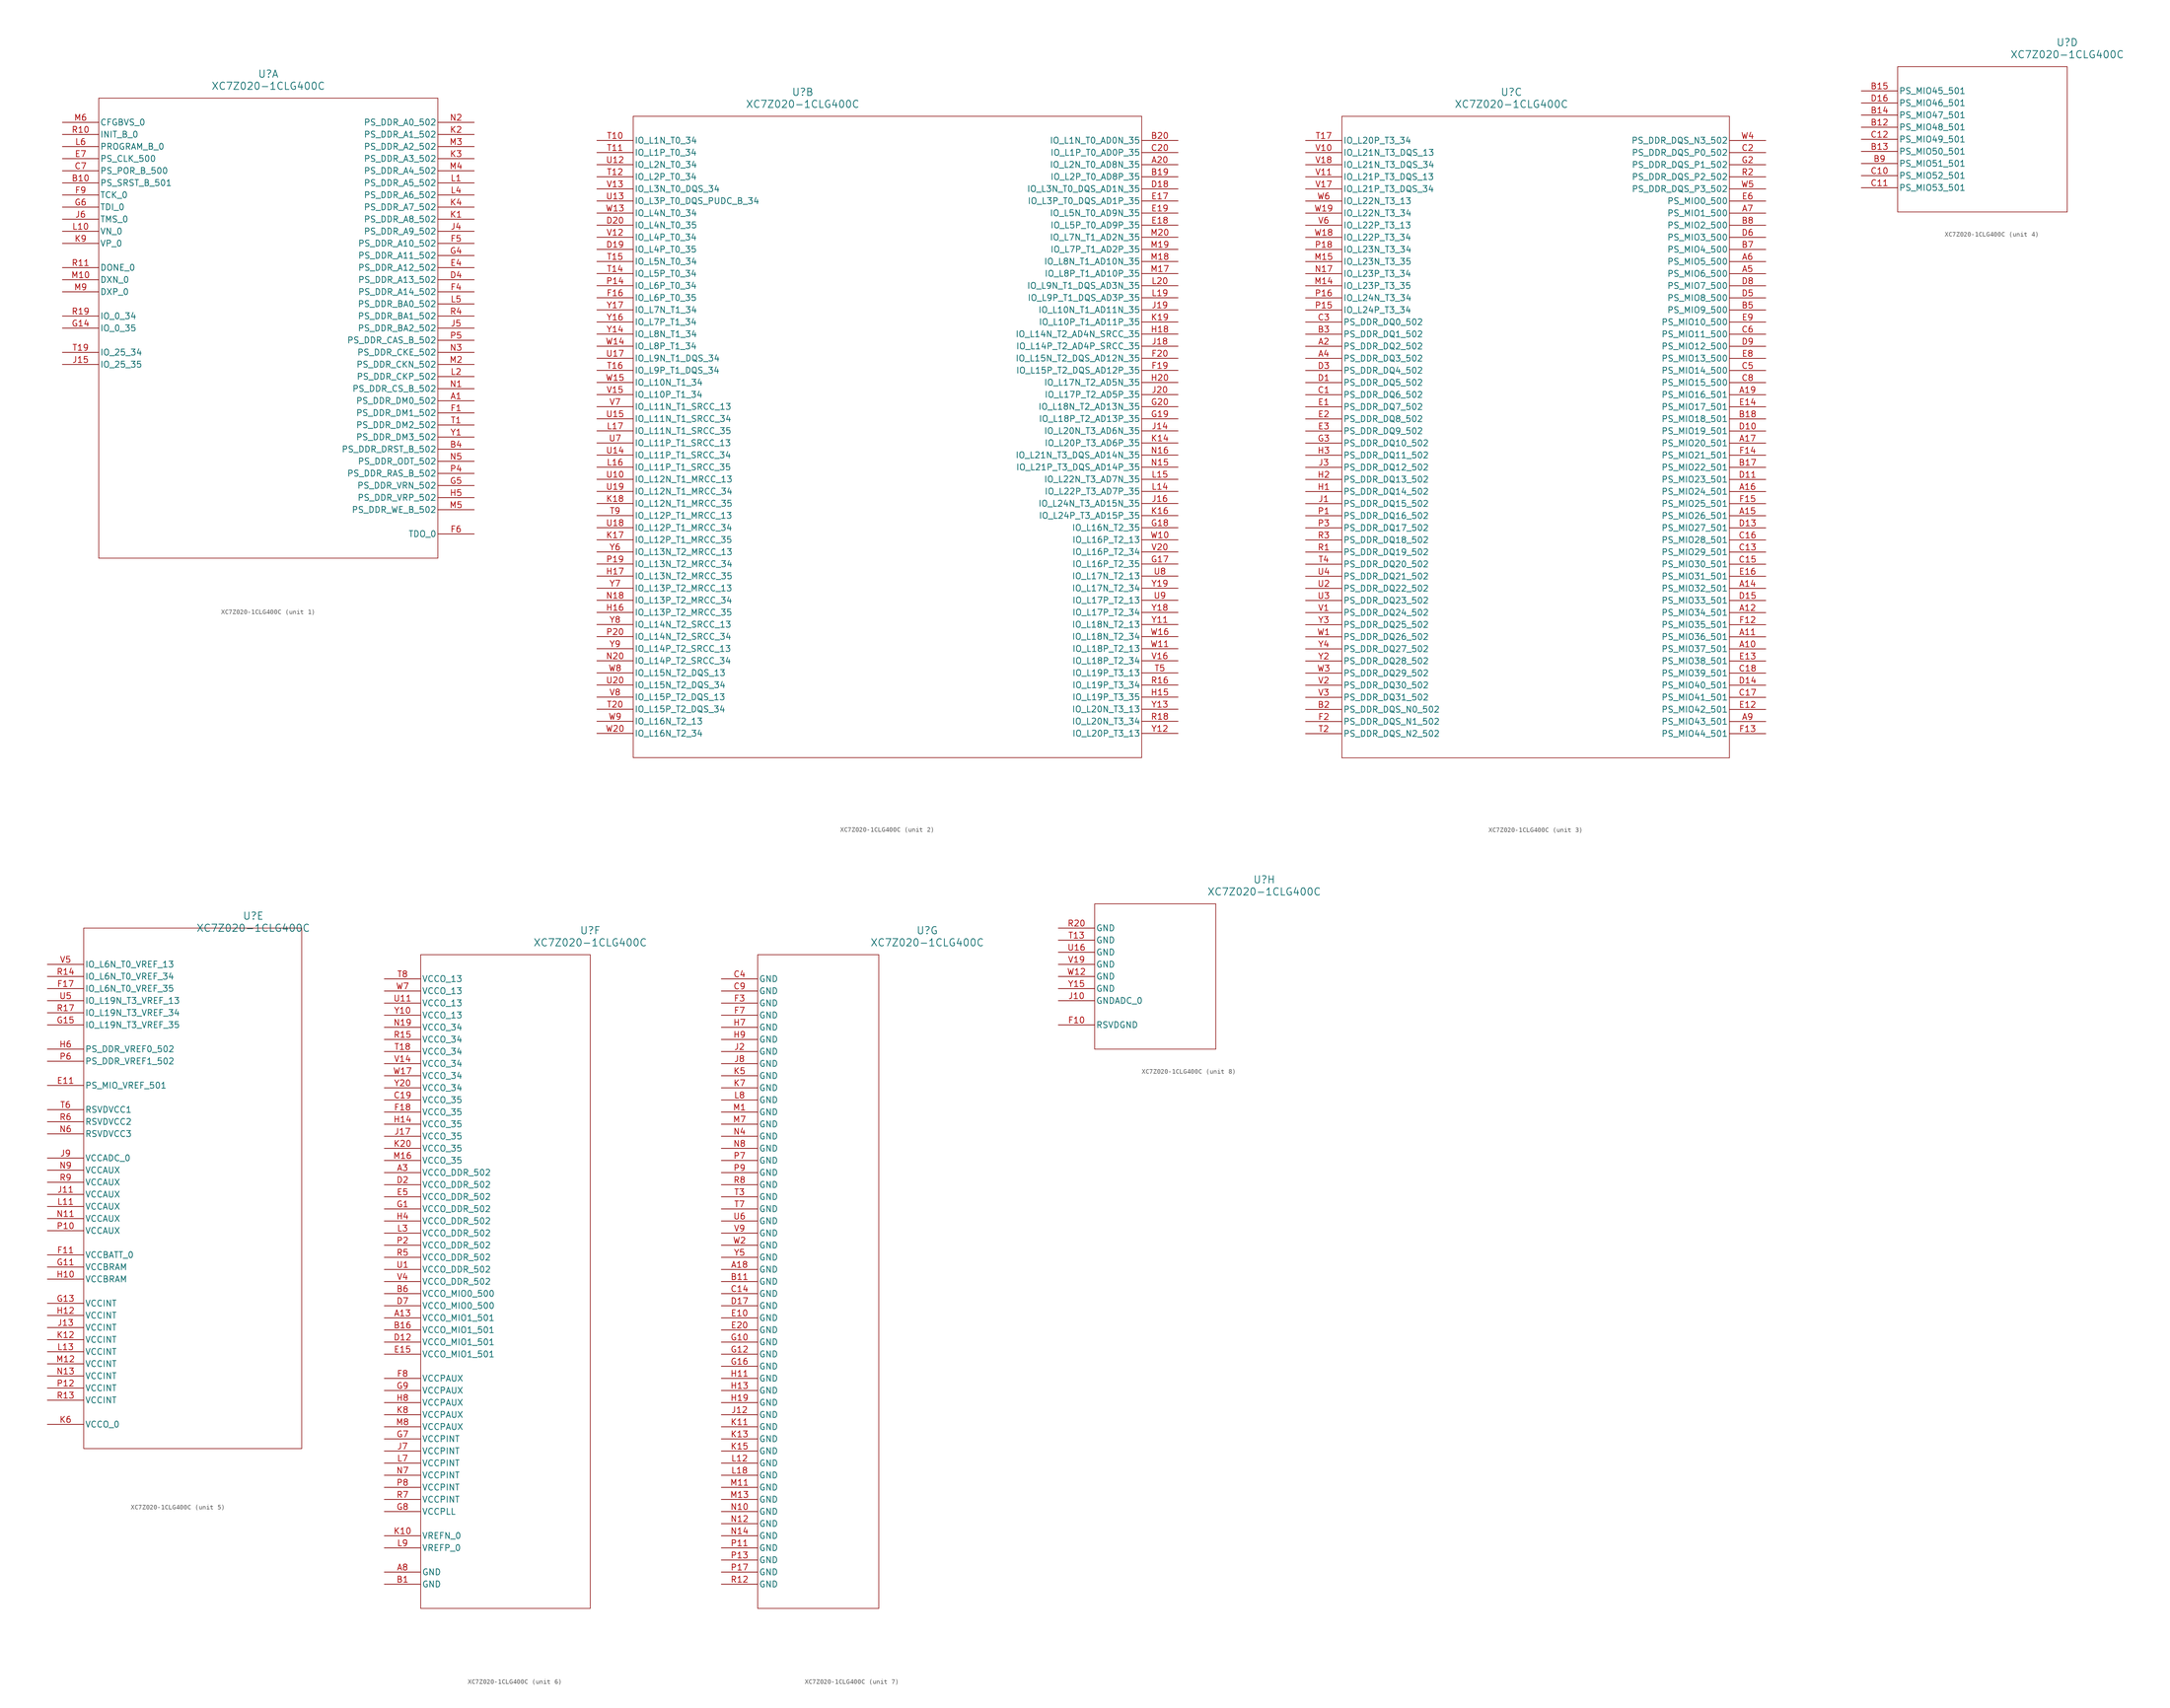
<source format=kicad_sym>
(kicad_symbol_lib
  (version 20211014)
  (generator kicad_symbol_editor)
  (symbol "XC7Z020-1CLG400C"
    (pin_names
      (offset 0.254))
    (property "Reference" "U"
      (at 43.18 10.16 0)
      (effects (font (size 1.524 1.524))))
    (property "Value" "XC7Z020-1CLG400C"
      (at 43.18 7.62 0)
      (effects (font (size 1.524 1.524))))
    (symbol "XC7Z020-1CLG400C_1_1"
      (polyline (pts (xy 7.62 5.08) (xy 7.62 -91.44)) (stroke (width 0.127) (type default) (color 0 0 0 0)) (fill (type none)))
      (polyline (pts (xy 7.62 -91.44) (xy 78.74 -91.44)) (stroke (width 0.127) (type default) (color 0 0 0 0)) (fill (type none)))
      (polyline (pts (xy 78.74 -91.44) (xy 78.74 5.08)) (stroke (width 0.127) (type default) (color 0 0 0 0)) (fill (type none)))
      (polyline (pts (xy 78.74 5.08) (xy 7.62 5.08)) (stroke (width 0.127) (type default) (color 0 0 0 0)) (fill (type none)))
      (pin output line (at 86.36 -58.42 180) (length 7.62) (name "PS_DDR_DM0_502" (effects (font (size 1.27 1.27)))) (number "A1" (effects (font (size 1.27 1.27)))))
      (pin output line (at 86.36 -68.58 180) (length 7.62) (name "PS_DDR_DRST_B_502" (effects (font (size 1.27 1.27)))) (number "B4" (effects (font (size 1.27 1.27)))))
      (pin input line (at 0 -10.16 0) (length 7.62) (name "PS_POR_B_500" (effects (font (size 1.27 1.27)))) (number "C7" (effects (font (size 1.27 1.27)))))
      (pin output line (at 86.36 -33.02 180) (length 7.62) (name "PS_DDR_A13_502" (effects (font (size 1.27 1.27)))) (number "D4" (effects (font (size 1.27 1.27)))))
      (pin output line (at 86.36 -30.48 180) (length 7.62) (name "PS_DDR_A12_502" (effects (font (size 1.27 1.27)))) (number "E4" (effects (font (size 1.27 1.27)))))
      (pin input line (at 0 -7.62 0) (length 7.62) (name "PS_CLK_500" (effects (font (size 1.27 1.27)))) (number "E7" (effects (font (size 1.27 1.27)))))
      (pin output line (at 86.36 -60.96 180) (length 7.62) (name "PS_DDR_DM1_502" (effects (font (size 1.27 1.27)))) (number "F1" (effects (font (size 1.27 1.27)))))
      (pin output line (at 86.36 -35.56 180) (length 7.62) (name "PS_DDR_A14_502" (effects (font (size 1.27 1.27)))) (number "F4" (effects (font (size 1.27 1.27)))))
      (pin output line (at 86.36 -25.4 180) (length 7.62) (name "PS_DDR_A10_502" (effects (font (size 1.27 1.27)))) (number "F5" (effects (font (size 1.27 1.27)))))
      (pin output line (at 86.36 -86.36 180) (length 7.62) (name "TDO_0" (effects (font (size 1.27 1.27)))) (number "F6" (effects (font (size 1.27 1.27)))))
      (pin input line (at 0 -15.24 0) (length 7.62) (name "TCK_0" (effects (font (size 1.27 1.27)))) (number "F9" (effects (font (size 1.27 1.27)))))
      (pin output line (at 86.36 -27.94 180) (length 7.62) (name "PS_DDR_A11_502" (effects (font (size 1.27 1.27)))) (number "G4" (effects (font (size 1.27 1.27)))))
      (pin output line (at 86.36 -76.2 180) (length 7.62) (name "PS_DDR_VRN_502" (effects (font (size 1.27 1.27)))) (number "G5" (effects (font (size 1.27 1.27)))))
      (pin input line (at 0 -17.78 0) (length 7.62) (name "TDI_0" (effects (font (size 1.27 1.27)))) (number "G6" (effects (font (size 1.27 1.27)))))
      (pin output line (at 86.36 -78.74 180) (length 7.62) (name "PS_DDR_VRP_502" (effects (font (size 1.27 1.27)))) (number "H5" (effects (font (size 1.27 1.27)))))
      (pin output line (at 86.36 -22.86 180) (length 7.62) (name "PS_DDR_A9_502" (effects (font (size 1.27 1.27)))) (number "J4" (effects (font (size 1.27 1.27)))))
      (pin output line (at 86.36 -43.18 180) (length 7.62) (name "PS_DDR_BA2_502" (effects (font (size 1.27 1.27)))) (number "J5" (effects (font (size 1.27 1.27)))))
      (pin input line (at 0 -20.32 0) (length 7.62) (name "TMS_0" (effects (font (size 1.27 1.27)))) (number "J6" (effects (font (size 1.27 1.27)))))
      (pin output line (at 86.36 -20.32 180) (length 7.62) (name "PS_DDR_A8_502" (effects (font (size 1.27 1.27)))) (number "K1" (effects (font (size 1.27 1.27)))))
      (pin output line (at 86.36 -2.54 180) (length 7.62) (name "PS_DDR_A1_502" (effects (font (size 1.27 1.27)))) (number "K2" (effects (font (size 1.27 1.27)))))
      (pin output line (at 86.36 -7.62 180) (length 7.62) (name "PS_DDR_A3_502" (effects (font (size 1.27 1.27)))) (number "K3" (effects (font (size 1.27 1.27)))))
      (pin output line (at 86.36 -17.78 180) (length 7.62) (name "PS_DDR_A7_502" (effects (font (size 1.27 1.27)))) (number "K4" (effects (font (size 1.27 1.27)))))
      (pin input line (at 0 -25.4 0) (length 7.62) (name "VP_0" (effects (font (size 1.27 1.27)))) (number "K9" (effects (font (size 1.27 1.27)))))
      (pin output line (at 86.36 -12.7 180) (length 7.62) (name "PS_DDR_A5_502" (effects (font (size 1.27 1.27)))) (number "L1" (effects (font (size 1.27 1.27)))))
      (pin output line (at 86.36 -53.34 180) (length 7.62) (name "PS_DDR_CKP_502" (effects (font (size 1.27 1.27)))) (number "L2" (effects (font (size 1.27 1.27)))))
      (pin output line (at 86.36 -15.24 180) (length 7.62) (name "PS_DDR_A6_502" (effects (font (size 1.27 1.27)))) (number "L4" (effects (font (size 1.27 1.27)))))
      (pin output line (at 86.36 -38.1 180) (length 7.62) (name "PS_DDR_BA0_502" (effects (font (size 1.27 1.27)))) (number "L5" (effects (font (size 1.27 1.27)))))
      (pin input line (at 0 -5.08 0) (length 7.62) (name "PROGRAM_B_0" (effects (font (size 1.27 1.27)))) (number "L6" (effects (font (size 1.27 1.27)))))
      (pin output line (at 86.36 -50.8 180) (length 7.62) (name "PS_DDR_CKN_502" (effects (font (size 1.27 1.27)))) (number "M2" (effects (font (size 1.27 1.27)))))
      (pin output line (at 86.36 -5.08 180) (length 7.62) (name "PS_DDR_A2_502" (effects (font (size 1.27 1.27)))) (number "M3" (effects (font (size 1.27 1.27)))))
      (pin output line (at 86.36 -10.16 180) (length 7.62) (name "PS_DDR_A4_502" (effects (font (size 1.27 1.27)))) (number "M4" (effects (font (size 1.27 1.27)))))
      (pin output line (at 86.36 -81.28 180) (length 7.62) (name "PS_DDR_WE_B_502" (effects (font (size 1.27 1.27)))) (number "M5" (effects (font (size 1.27 1.27)))))
      (pin input line (at 0 0 0) (length 7.62) (name "CFGBVS_0" (effects (font (size 1.27 1.27)))) (number "M6" (effects (font (size 1.27 1.27)))))
      (pin unspecified line (at 0 -35.56 0) (length 7.62) (name "DXP_0" (effects (font (size 1.27 1.27)))) (number "M9" (effects (font (size 1.27 1.27)))))
      (pin output line (at 86.36 -55.88 180) (length 7.62) (name "PS_DDR_CS_B_502" (effects (font (size 1.27 1.27)))) (number "N1" (effects (font (size 1.27 1.27)))))
      (pin output line (at 86.36 0 180) (length 7.62) (name "PS_DDR_A0_502" (effects (font (size 1.27 1.27)))) (number "N2" (effects (font (size 1.27 1.27)))))
      (pin output line (at 86.36 -48.26 180) (length 7.62) (name "PS_DDR_CKE_502" (effects (font (size 1.27 1.27)))) (number "N3" (effects (font (size 1.27 1.27)))))
      (pin output line (at 86.36 -71.12 180) (length 7.62) (name "PS_DDR_ODT_502" (effects (font (size 1.27 1.27)))) (number "N5" (effects (font (size 1.27 1.27)))))
      (pin output line (at 86.36 -73.66 180) (length 7.62) (name "PS_DDR_RAS_B_502" (effects (font (size 1.27 1.27)))) (number "P4" (effects (font (size 1.27 1.27)))))
      (pin output line (at 86.36 -45.72 180) (length 7.62) (name "PS_DDR_CAS_B_502" (effects (font (size 1.27 1.27)))) (number "P5" (effects (font (size 1.27 1.27)))))
      (pin output line (at 86.36 -40.64 180) (length 7.62) (name "PS_DDR_BA1_502" (effects (font (size 1.27 1.27)))) (number "R4" (effects (font (size 1.27 1.27)))))
      (pin output line (at 86.36 -63.5 180) (length 7.62) (name "PS_DDR_DM2_502" (effects (font (size 1.27 1.27)))) (number "T1" (effects (font (size 1.27 1.27)))))
      (pin output line (at 86.36 -66.04 180) (length 7.62) (name "PS_DDR_DM3_502" (effects (font (size 1.27 1.27)))) (number "Y1" (effects (font (size 1.27 1.27)))))
      (pin input line (at 0 -12.7 0) (length 7.62) (name "PS_SRST_B_501" (effects (font (size 1.27 1.27)))) (number "B10" (effects (font (size 1.27 1.27)))))
      (pin bidirectional line (at 0 -43.18 0) (length 7.62) (name "IO_0_35" (effects (font (size 1.27 1.27)))) (number "G14" (effects (font (size 1.27 1.27)))))
      (pin bidirectional line (at 0 -50.8 0) (length 7.62) (name "IO_25_35" (effects (font (size 1.27 1.27)))) (number "J15" (effects (font (size 1.27 1.27)))))
      (pin input line (at 0 -22.86 0) (length 7.62) (name "VN_0" (effects (font (size 1.27 1.27)))) (number "L10" (effects (font (size 1.27 1.27)))))
      (pin unspecified line (at 0 -33.02 0) (length 7.62) (name "DXN_0" (effects (font (size 1.27 1.27)))) (number "M10" (effects (font (size 1.27 1.27)))))
      (pin bidirectional line (at 0 -2.54 0) (length 7.62) (name "INIT_B_0" (effects (font (size 1.27 1.27)))) (number "R10" (effects (font (size 1.27 1.27)))))
      (pin bidirectional line (at 0 -30.48 0) (length 7.62) (name "DONE_0" (effects (font (size 1.27 1.27)))) (number "R11" (effects (font (size 1.27 1.27)))))
      (pin bidirectional line (at 0 -40.64 0) (length 7.62) (name "IO_0_34" (effects (font (size 1.27 1.27)))) (number "R19" (effects (font (size 1.27 1.27)))))
      (pin bidirectional line (at 0 -48.26 0) (length 7.62) (name "IO_25_34" (effects (font (size 1.27 1.27)))) (number "T19" (effects (font (size 1.27 1.27))))))
    (symbol "XC7Z020-1CLG400C_2_1"
      (polyline (pts (xy 7.62 5.08) (xy 7.62 -129.54)) (stroke (width 0.127) (type default) (color 0 0 0 0)) (fill (type none)))
      (polyline (pts (xy 7.62 -129.54) (xy 114.3 -129.54)) (stroke (width 0.127) (type default) (color 0 0 0 0)) (fill (type none)))
      (polyline (pts (xy 114.3 -129.54) (xy 114.3 5.08)) (stroke (width 0.127) (type default) (color 0 0 0 0)) (fill (type none)))
      (polyline (pts (xy 114.3 5.08) (xy 7.62 5.08)) (stroke (width 0.127) (type default) (color 0 0 0 0)) (fill (type none)))
      (pin bidirectional line (at 121.92 -111.76 180) (length 7.62) (name "IO_L19P_T3_13" (effects (font (size 1.27 1.27)))) (number "T5" (effects (font (size 1.27 1.27)))))
      (pin bidirectional line (at 0 -78.74 0) (length 7.62) (name "IO_L12P_T1_MRCC_13" (effects (font (size 1.27 1.27)))) (number "T9" (effects (font (size 1.27 1.27)))))
      (pin bidirectional line (at 0 -63.5 0) (length 7.62) (name "IO_L11P_T1_SRCC_13" (effects (font (size 1.27 1.27)))) (number "U7" (effects (font (size 1.27 1.27)))))
      (pin bidirectional line (at 121.92 -91.44 180) (length 7.62) (name "IO_L17N_T2_13" (effects (font (size 1.27 1.27)))) (number "U8" (effects (font (size 1.27 1.27)))))
      (pin bidirectional line (at 121.92 -96.52 180) (length 7.62) (name "IO_L17P_T2_13" (effects (font (size 1.27 1.27)))) (number "U9" (effects (font (size 1.27 1.27)))))
      (pin bidirectional line (at 0 -55.88 0) (length 7.62) (name "IO_L11N_T1_SRCC_13" (effects (font (size 1.27 1.27)))) (number "V7" (effects (font (size 1.27 1.27)))))
      (pin bidirectional line (at 0 -116.84 0) (length 7.62) (name "IO_L15P_T2_DQS_13" (effects (font (size 1.27 1.27)))) (number "V8" (effects (font (size 1.27 1.27)))))
      (pin bidirectional line (at 0 -111.76 0) (length 7.62) (name "IO_L15N_T2_DQS_13" (effects (font (size 1.27 1.27)))) (number "W8" (effects (font (size 1.27 1.27)))))
      (pin bidirectional line (at 0 -121.92 0) (length 7.62) (name "IO_L16N_T2_13" (effects (font (size 1.27 1.27)))) (number "W9" (effects (font (size 1.27 1.27)))))
      (pin bidirectional line (at 0 -86.36 0) (length 7.62) (name "IO_L13N_T2_MRCC_13" (effects (font (size 1.27 1.27)))) (number "Y6" (effects (font (size 1.27 1.27)))))
      (pin bidirectional line (at 0 -93.98 0) (length 7.62) (name "IO_L13P_T2_MRCC_13" (effects (font (size 1.27 1.27)))) (number "Y7" (effects (font (size 1.27 1.27)))))
      (pin bidirectional line (at 0 -101.6 0) (length 7.62) (name "IO_L14N_T2_SRCC_13" (effects (font (size 1.27 1.27)))) (number "Y8" (effects (font (size 1.27 1.27)))))
      (pin bidirectional line (at 0 -106.68 0) (length 7.62) (name "IO_L14P_T2_SRCC_13" (effects (font (size 1.27 1.27)))) (number "Y9" (effects (font (size 1.27 1.27)))))
      (pin bidirectional line (at 121.92 -5.08 180) (length 7.62) (name "IO_L2N_T0_AD8N_35" (effects (font (size 1.27 1.27)))) (number "A20" (effects (font (size 1.27 1.27)))))
      (pin bidirectional line (at 121.92 -7.62 180) (length 7.62) (name "IO_L2P_T0_AD8P_35" (effects (font (size 1.27 1.27)))) (number "B19" (effects (font (size 1.27 1.27)))))
      (pin bidirectional line (at 121.92 0 180) (length 7.62) (name "IO_L1N_T0_AD0N_35" (effects (font (size 1.27 1.27)))) (number "B20" (effects (font (size 1.27 1.27)))))
      (pin bidirectional line (at 121.92 -2.54 180) (length 7.62) (name "IO_L1P_T0_AD0P_35" (effects (font (size 1.27 1.27)))) (number "C20" (effects (font (size 1.27 1.27)))))
      (pin bidirectional line (at 121.92 -10.16 180) (length 7.62) (name "IO_L3N_T0_DQS_AD1N_35" (effects (font (size 1.27 1.27)))) (number "D18" (effects (font (size 1.27 1.27)))))
      (pin bidirectional line (at 0 -22.86 0) (length 7.62) (name "IO_L4P_T0_35" (effects (font (size 1.27 1.27)))) (number "D19" (effects (font (size 1.27 1.27)))))
      (pin bidirectional line (at 0 -17.78 0) (length 7.62) (name "IO_L4N_T0_35" (effects (font (size 1.27 1.27)))) (number "D20" (effects (font (size 1.27 1.27)))))
      (pin bidirectional line (at 121.92 -12.7 180) (length 7.62) (name "IO_L3P_T0_DQS_AD1P_35" (effects (font (size 1.27 1.27)))) (number "E17" (effects (font (size 1.27 1.27)))))
      (pin bidirectional line (at 121.92 -17.78 180) (length 7.62) (name "IO_L5P_T0_AD9P_35" (effects (font (size 1.27 1.27)))) (number "E18" (effects (font (size 1.27 1.27)))))
      (pin bidirectional line (at 121.92 -15.24 180) (length 7.62) (name "IO_L5N_T0_AD9N_35" (effects (font (size 1.27 1.27)))) (number "E19" (effects (font (size 1.27 1.27)))))
      (pin bidirectional line (at 0 -33.02 0) (length 7.62) (name "IO_L6P_T0_35" (effects (font (size 1.27 1.27)))) (number "F16" (effects (font (size 1.27 1.27)))))
      (pin bidirectional line (at 121.92 -48.26 180) (length 7.62) (name "IO_L15P_T2_DQS_AD12P_35" (effects (font (size 1.27 1.27)))) (number "F19" (effects (font (size 1.27 1.27)))))
      (pin bidirectional line (at 121.92 -45.72 180) (length 7.62) (name "IO_L15N_T2_DQS_AD12N_35" (effects (font (size 1.27 1.27)))) (number "F20" (effects (font (size 1.27 1.27)))))
      (pin bidirectional line (at 121.92 -88.9 180) (length 7.62) (name "IO_L16P_T2_35" (effects (font (size 1.27 1.27)))) (number "G17" (effects (font (size 1.27 1.27)))))
      (pin bidirectional line (at 121.92 -81.28 180) (length 7.62) (name "IO_L16N_T2_35" (effects (font (size 1.27 1.27)))) (number "G18" (effects (font (size 1.27 1.27)))))
      (pin bidirectional line (at 121.92 -58.42 180) (length 7.62) (name "IO_L18P_T2_AD13P_35" (effects (font (size 1.27 1.27)))) (number "G19" (effects (font (size 1.27 1.27)))))
      (pin bidirectional line (at 121.92 -55.88 180) (length 7.62) (name "IO_L18N_T2_AD13N_35" (effects (font (size 1.27 1.27)))) (number "G20" (effects (font (size 1.27 1.27)))))
      (pin bidirectional line (at 121.92 -116.84 180) (length 7.62) (name "IO_L19P_T3_35" (effects (font (size 1.27 1.27)))) (number "H15" (effects (font (size 1.27 1.27)))))
      (pin bidirectional line (at 0 -99.06 0) (length 7.62) (name "IO_L13P_T2_MRCC_35" (effects (font (size 1.27 1.27)))) (number "H16" (effects (font (size 1.27 1.27)))))
      (pin bidirectional line (at 0 -91.44 0) (length 7.62) (name "IO_L13N_T2_MRCC_35" (effects (font (size 1.27 1.27)))) (number "H17" (effects (font (size 1.27 1.27)))))
      (pin bidirectional line (at 121.92 -40.64 180) (length 7.62) (name "IO_L14N_T2_AD4N_SRCC_35" (effects (font (size 1.27 1.27)))) (number "H18" (effects (font (size 1.27 1.27)))))
      (pin bidirectional line (at 121.92 -50.8 180) (length 7.62) (name "IO_L17N_T2_AD5N_35" (effects (font (size 1.27 1.27)))) (number "H20" (effects (font (size 1.27 1.27)))))
      (pin bidirectional line (at 121.92 -60.96 180) (length 7.62) (name "IO_L20N_T3_AD6N_35" (effects (font (size 1.27 1.27)))) (number "J14" (effects (font (size 1.27 1.27)))))
      (pin bidirectional line (at 121.92 -76.2 180) (length 7.62) (name "IO_L24N_T3_AD15N_35" (effects (font (size 1.27 1.27)))) (number "J16" (effects (font (size 1.27 1.27)))))
      (pin bidirectional line (at 121.92 -43.18 180) (length 7.62) (name "IO_L14P_T2_AD4P_SRCC_35" (effects (font (size 1.27 1.27)))) (number "J18" (effects (font (size 1.27 1.27)))))
      (pin bidirectional line (at 121.92 -35.56 180) (length 7.62) (name "IO_L10N_T1_AD11N_35" (effects (font (size 1.27 1.27)))) (number "J19" (effects (font (size 1.27 1.27)))))
      (pin bidirectional line (at 121.92 -53.34 180) (length 7.62) (name "IO_L17P_T2_AD5P_35" (effects (font (size 1.27 1.27)))) (number "J20" (effects (font (size 1.27 1.27)))))
      (pin bidirectional line (at 121.92 -63.5 180) (length 7.62) (name "IO_L20P_T3_AD6P_35" (effects (font (size 1.27 1.27)))) (number "K14" (effects (font (size 1.27 1.27)))))
      (pin bidirectional line (at 121.92 -78.74 180) (length 7.62) (name "IO_L24P_T3_AD15P_35" (effects (font (size 1.27 1.27)))) (number "K16" (effects (font (size 1.27 1.27)))))
      (pin bidirectional line (at 0 -83.82 0) (length 7.62) (name "IO_L12P_T1_MRCC_35" (effects (font (size 1.27 1.27)))) (number "K17" (effects (font (size 1.27 1.27)))))
      (pin bidirectional line (at 0 -76.2 0) (length 7.62) (name "IO_L12N_T1_MRCC_35" (effects (font (size 1.27 1.27)))) (number "K18" (effects (font (size 1.27 1.27)))))
      (pin bidirectional line (at 121.92 -38.1 180) (length 7.62) (name "IO_L10P_T1_AD11P_35" (effects (font (size 1.27 1.27)))) (number "K19" (effects (font (size 1.27 1.27)))))
      (pin bidirectional line (at 121.92 -73.66 180) (length 7.62) (name "IO_L22P_T3_AD7P_35" (effects (font (size 1.27 1.27)))) (number "L14" (effects (font (size 1.27 1.27)))))
      (pin bidirectional line (at 121.92 -71.12 180) (length 7.62) (name "IO_L22N_T3_AD7N_35" (effects (font (size 1.27 1.27)))) (number "L15" (effects (font (size 1.27 1.27)))))
      (pin bidirectional line (at 0 -68.58 0) (length 7.62) (name "IO_L11P_T1_SRCC_35" (effects (font (size 1.27 1.27)))) (number "L16" (effects (font (size 1.27 1.27)))))
      (pin bidirectional line (at 0 -60.96 0) (length 7.62) (name "IO_L11N_T1_SRCC_35" (effects (font (size 1.27 1.27)))) (number "L17" (effects (font (size 1.27 1.27)))))
      (pin bidirectional line (at 121.92 -33.02 180) (length 7.62) (name "IO_L9P_T1_DQS_AD3P_35" (effects (font (size 1.27 1.27)))) (number "L19" (effects (font (size 1.27 1.27)))))
      (pin bidirectional line (at 121.92 -30.48 180) (length 7.62) (name "IO_L9N_T1_DQS_AD3N_35" (effects (font (size 1.27 1.27)))) (number "L20" (effects (font (size 1.27 1.27)))))
      (pin bidirectional line (at 121.92 -27.94 180) (length 7.62) (name "IO_L8P_T1_AD10P_35" (effects (font (size 1.27 1.27)))) (number "M17" (effects (font (size 1.27 1.27)))))
      (pin bidirectional line (at 121.92 -25.4 180) (length 7.62) (name "IO_L8N_T1_AD10N_35" (effects (font (size 1.27 1.27)))) (number "M18" (effects (font (size 1.27 1.27)))))
      (pin bidirectional line (at 121.92 -22.86 180) (length 7.62) (name "IO_L7P_T1_AD2P_35" (effects (font (size 1.27 1.27)))) (number "M19" (effects (font (size 1.27 1.27)))))
      (pin bidirectional line (at 121.92 -20.32 180) (length 7.62) (name "IO_L7N_T1_AD2N_35" (effects (font (size 1.27 1.27)))) (number "M20" (effects (font (size 1.27 1.27)))))
      (pin bidirectional line (at 121.92 -68.58 180) (length 7.62) (name "IO_L21P_T3_DQS_AD14P_35" (effects (font (size 1.27 1.27)))) (number "N15" (effects (font (size 1.27 1.27)))))
      (pin bidirectional line (at 121.92 -66.04 180) (length 7.62) (name "IO_L21N_T3_DQS_AD14N_35" (effects (font (size 1.27 1.27)))) (number "N16" (effects (font (size 1.27 1.27)))))
      (pin bidirectional line (at 0 -96.52 0) (length 7.62) (name "IO_L13P_T2_MRCC_34" (effects (font (size 1.27 1.27)))) (number "N18" (effects (font (size 1.27 1.27)))))
      (pin bidirectional line (at 0 -109.22 0) (length 7.62) (name "IO_L14P_T2_SRCC_34" (effects (font (size 1.27 1.27)))) (number "N20" (effects (font (size 1.27 1.27)))))
      (pin bidirectional line (at 0 -30.48 0) (length 7.62) (name "IO_L6P_T0_34" (effects (font (size 1.27 1.27)))) (number "P14" (effects (font (size 1.27 1.27)))))
      (pin bidirectional line (at 0 -88.9 0) (length 7.62) (name "IO_L13N_T2_MRCC_34" (effects (font (size 1.27 1.27)))) (number "P19" (effects (font (size 1.27 1.27)))))
      (pin bidirectional line (at 0 -104.14 0) (length 7.62) (name "IO_L14N_T2_SRCC_34" (effects (font (size 1.27 1.27)))) (number "P20" (effects (font (size 1.27 1.27)))))
      (pin bidirectional line (at 121.92 -114.3 180) (length 7.62) (name "IO_L19P_T3_34" (effects (font (size 1.27 1.27)))) (number "R16" (effects (font (size 1.27 1.27)))))
      (pin bidirectional line (at 121.92 -121.92 180) (length 7.62) (name "IO_L20N_T3_34" (effects (font (size 1.27 1.27)))) (number "R18" (effects (font (size 1.27 1.27)))))
      (pin bidirectional line (at 0 0 0) (length 7.62) (name "IO_L1N_T0_34" (effects (font (size 1.27 1.27)))) (number "T10" (effects (font (size 1.27 1.27)))))
      (pin bidirectional line (at 0 -2.54 0) (length 7.62) (name "IO_L1P_T0_34" (effects (font (size 1.27 1.27)))) (number "T11" (effects (font (size 1.27 1.27)))))
      (pin bidirectional line (at 0 -7.62 0) (length 7.62) (name "IO_L2P_T0_34" (effects (font (size 1.27 1.27)))) (number "T12" (effects (font (size 1.27 1.27)))))
      (pin bidirectional line (at 0 -27.94 0) (length 7.62) (name "IO_L5P_T0_34" (effects (font (size 1.27 1.27)))) (number "T14" (effects (font (size 1.27 1.27)))))
      (pin bidirectional line (at 0 -25.4 0) (length 7.62) (name "IO_L5N_T0_34" (effects (font (size 1.27 1.27)))) (number "T15" (effects (font (size 1.27 1.27)))))
      (pin bidirectional line (at 0 -48.26 0) (length 7.62) (name "IO_L9P_T1_DQS_34" (effects (font (size 1.27 1.27)))) (number "T16" (effects (font (size 1.27 1.27)))))
      (pin bidirectional line (at 0 -119.38 0) (length 7.62) (name "IO_L15P_T2_DQS_34" (effects (font (size 1.27 1.27)))) (number "T20" (effects (font (size 1.27 1.27)))))
      (pin bidirectional line (at 0 -71.12 0) (length 7.62) (name "IO_L12N_T1_MRCC_13" (effects (font (size 1.27 1.27)))) (number "U10" (effects (font (size 1.27 1.27)))))
      (pin bidirectional line (at 0 -5.08 0) (length 7.62) (name "IO_L2N_T0_34" (effects (font (size 1.27 1.27)))) (number "U12" (effects (font (size 1.27 1.27)))))
      (pin bidirectional line (at 0 -12.7 0) (length 7.62) (name "IO_L3P_T0_DQS_PUDC_B_34" (effects (font (size 1.27 1.27)))) (number "U13" (effects (font (size 1.27 1.27)))))
      (pin bidirectional line (at 0 -66.04 0) (length 7.62) (name "IO_L11P_T1_SRCC_34" (effects (font (size 1.27 1.27)))) (number "U14" (effects (font (size 1.27 1.27)))))
      (pin bidirectional line (at 0 -58.42 0) (length 7.62) (name "IO_L11N_T1_SRCC_34" (effects (font (size 1.27 1.27)))) (number "U15" (effects (font (size 1.27 1.27)))))
      (pin bidirectional line (at 0 -45.72 0) (length 7.62) (name "IO_L9N_T1_DQS_34" (effects (font (size 1.27 1.27)))) (number "U17" (effects (font (size 1.27 1.27)))))
      (pin bidirectional line (at 0 -81.28 0) (length 7.62) (name "IO_L12P_T1_MRCC_34" (effects (font (size 1.27 1.27)))) (number "U18" (effects (font (size 1.27 1.27)))))
      (pin bidirectional line (at 0 -73.66 0) (length 7.62) (name "IO_L12N_T1_MRCC_34" (effects (font (size 1.27 1.27)))) (number "U19" (effects (font (size 1.27 1.27)))))
      (pin bidirectional line (at 0 -114.3 0) (length 7.62) (name "IO_L15N_T2_DQS_34" (effects (font (size 1.27 1.27)))) (number "U20" (effects (font (size 1.27 1.27)))))
      (pin bidirectional line (at 0 -20.32 0) (length 7.62) (name "IO_L4P_T0_34" (effects (font (size 1.27 1.27)))) (number "V12" (effects (font (size 1.27 1.27)))))
      (pin bidirectional line (at 0 -10.16 0) (length 7.62) (name "IO_L3N_T0_DQS_34" (effects (font (size 1.27 1.27)))) (number "V13" (effects (font (size 1.27 1.27)))))
      (pin bidirectional line (at 0 -53.34 0) (length 7.62) (name "IO_L10P_T1_34" (effects (font (size 1.27 1.27)))) (number "V15" (effects (font (size 1.27 1.27)))))
      (pin bidirectional line (at 121.92 -109.22 180) (length 7.62) (name "IO_L18P_T2_34" (effects (font (size 1.27 1.27)))) (number "V16" (effects (font (size 1.27 1.27)))))
      (pin bidirectional line (at 121.92 -86.36 180) (length 7.62) (name "IO_L16P_T2_34" (effects (font (size 1.27 1.27)))) (number "V20" (effects (font (size 1.27 1.27)))))
      (pin bidirectional line (at 121.92 -83.82 180) (length 7.62) (name "IO_L16P_T2_13" (effects (font (size 1.27 1.27)))) (number "W10" (effects (font (size 1.27 1.27)))))
      (pin bidirectional line (at 121.92 -106.68 180) (length 7.62) (name "IO_L18P_T2_13" (effects (font (size 1.27 1.27)))) (number "W11" (effects (font (size 1.27 1.27)))))
      (pin bidirectional line (at 0 -15.24 0) (length 7.62) (name "IO_L4N_T0_34" (effects (font (size 1.27 1.27)))) (number "W13" (effects (font (size 1.27 1.27)))))
      (pin bidirectional line (at 0 -43.18 0) (length 7.62) (name "IO_L8P_T1_34" (effects (font (size 1.27 1.27)))) (number "W14" (effects (font (size 1.27 1.27)))))
      (pin bidirectional line (at 0 -50.8 0) (length 7.62) (name "IO_L10N_T1_34" (effects (font (size 1.27 1.27)))) (number "W15" (effects (font (size 1.27 1.27)))))
      (pin bidirectional line (at 121.92 -104.14 180) (length 7.62) (name "IO_L18N_T2_34" (effects (font (size 1.27 1.27)))) (number "W16" (effects (font (size 1.27 1.27)))))
      (pin bidirectional line (at 0 -124.46 0) (length 7.62) (name "IO_L16N_T2_34" (effects (font (size 1.27 1.27)))) (number "W20" (effects (font (size 1.27 1.27)))))
      (pin bidirectional line (at 121.92 -101.6 180) (length 7.62) (name "IO_L18N_T2_13" (effects (font (size 1.27 1.27)))) (number "Y11" (effects (font (size 1.27 1.27)))))
      (pin bidirectional line (at 121.92 -124.46 180) (length 7.62) (name "IO_L20P_T3_13" (effects (font (size 1.27 1.27)))) (number "Y12" (effects (font (size 1.27 1.27)))))
      (pin bidirectional line (at 121.92 -119.38 180) (length 7.62) (name "IO_L20N_T3_13" (effects (font (size 1.27 1.27)))) (number "Y13" (effects (font (size 1.27 1.27)))))
      (pin bidirectional line (at 0 -40.64 0) (length 7.62) (name "IO_L8N_T1_34" (effects (font (size 1.27 1.27)))) (number "Y14" (effects (font (size 1.27 1.27)))))
      (pin bidirectional line (at 0 -38.1 0) (length 7.62) (name "IO_L7P_T1_34" (effects (font (size 1.27 1.27)))) (number "Y16" (effects (font (size 1.27 1.27)))))
      (pin bidirectional line (at 0 -35.56 0) (length 7.62) (name "IO_L7N_T1_34" (effects (font (size 1.27 1.27)))) (number "Y17" (effects (font (size 1.27 1.27)))))
      (pin bidirectional line (at 121.92 -99.06 180) (length 7.62) (name "IO_L17P_T2_34" (effects (font (size 1.27 1.27)))) (number "Y18" (effects (font (size 1.27 1.27)))))
      (pin bidirectional line (at 121.92 -93.98 180) (length 7.62) (name "IO_L17N_T2_34" (effects (font (size 1.27 1.27)))) (number "Y19" (effects (font (size 1.27 1.27))))))
    (symbol "XC7Z020-1CLG400C_3_1"
      (polyline (pts (xy 7.62 5.08) (xy 7.62 -129.54)) (stroke (width 0.127) (type default) (color 0 0 0 0)) (fill (type none)))
      (polyline (pts (xy 7.62 -129.54) (xy 88.9 -129.54)) (stroke (width 0.127) (type default) (color 0 0 0 0)) (fill (type none)))
      (polyline (pts (xy 88.9 -129.54) (xy 88.9 5.08)) (stroke (width 0.127) (type default) (color 0 0 0 0)) (fill (type none)))
      (polyline (pts (xy 88.9 5.08) (xy 7.62 5.08)) (stroke (width 0.127) (type default) (color 0 0 0 0)) (fill (type none)))
      (pin bidirectional line (at 0 -43.18 0) (length 7.62) (name "PS_DDR_DQ2_502" (effects (font (size 1.27 1.27)))) (number "A2" (effects (font (size 1.27 1.27)))))
      (pin bidirectional line (at 0 -45.72 0) (length 7.62) (name "PS_DDR_DQ3_502" (effects (font (size 1.27 1.27)))) (number "A4" (effects (font (size 1.27 1.27)))))
      (pin bidirectional line (at 96.52 -27.94 180) (length 7.62) (name "PS_MIO6_500" (effects (font (size 1.27 1.27)))) (number "A5" (effects (font (size 1.27 1.27)))))
      (pin bidirectional line (at 96.52 -25.4 180) (length 7.62) (name "PS_MIO5_500" (effects (font (size 1.27 1.27)))) (number "A6" (effects (font (size 1.27 1.27)))))
      (pin bidirectional line (at 96.52 -15.24 180) (length 7.62) (name "PS_MIO1_500" (effects (font (size 1.27 1.27)))) (number "A7" (effects (font (size 1.27 1.27)))))
      (pin bidirectional line (at 96.52 -121.92 180) (length 7.62) (name "PS_MIO43_501" (effects (font (size 1.27 1.27)))) (number "A9" (effects (font (size 1.27 1.27)))))
      (pin bidirectional line (at 0 -119.38 0) (length 7.62) (name "PS_DDR_DQS_N0_502" (effects (font (size 1.27 1.27)))) (number "B2" (effects (font (size 1.27 1.27)))))
      (pin bidirectional line (at 0 -40.64 0) (length 7.62) (name "PS_DDR_DQ1_502" (effects (font (size 1.27 1.27)))) (number "B3" (effects (font (size 1.27 1.27)))))
      (pin bidirectional line (at 96.52 -35.56 180) (length 7.62) (name "PS_MIO9_500" (effects (font (size 1.27 1.27)))) (number "B5" (effects (font (size 1.27 1.27)))))
      (pin bidirectional line (at 96.52 -22.86 180) (length 7.62) (name "PS_MIO4_500" (effects (font (size 1.27 1.27)))) (number "B7" (effects (font (size 1.27 1.27)))))
      (pin bidirectional line (at 96.52 -17.78 180) (length 7.62) (name "PS_MIO2_500" (effects (font (size 1.27 1.27)))) (number "B8" (effects (font (size 1.27 1.27)))))
      (pin bidirectional line (at 0 -53.34 0) (length 7.62) (name "PS_DDR_DQ6_502" (effects (font (size 1.27 1.27)))) (number "C1" (effects (font (size 1.27 1.27)))))
      (pin bidirectional line (at 96.52 -2.54 180) (length 7.62) (name "PS_DDR_DQS_P0_502" (effects (font (size 1.27 1.27)))) (number "C2" (effects (font (size 1.27 1.27)))))
      (pin bidirectional line (at 0 -38.1 0) (length 7.62) (name "PS_DDR_DQ0_502" (effects (font (size 1.27 1.27)))) (number "C3" (effects (font (size 1.27 1.27)))))
      (pin bidirectional line (at 96.52 -48.26 180) (length 7.62) (name "PS_MIO14_500" (effects (font (size 1.27 1.27)))) (number "C5" (effects (font (size 1.27 1.27)))))
      (pin bidirectional line (at 96.52 -40.64 180) (length 7.62) (name "PS_MIO11_500" (effects (font (size 1.27 1.27)))) (number "C6" (effects (font (size 1.27 1.27)))))
      (pin bidirectional line (at 96.52 -50.8 180) (length 7.62) (name "PS_MIO15_500" (effects (font (size 1.27 1.27)))) (number "C8" (effects (font (size 1.27 1.27)))))
      (pin bidirectional line (at 0 -50.8 0) (length 7.62) (name "PS_DDR_DQ5_502" (effects (font (size 1.27 1.27)))) (number "D1" (effects (font (size 1.27 1.27)))))
      (pin bidirectional line (at 0 -48.26 0) (length 7.62) (name "PS_DDR_DQ4_502" (effects (font (size 1.27 1.27)))) (number "D3" (effects (font (size 1.27 1.27)))))
      (pin bidirectional line (at 96.52 -33.02 180) (length 7.62) (name "PS_MIO8_500" (effects (font (size 1.27 1.27)))) (number "D5" (effects (font (size 1.27 1.27)))))
      (pin bidirectional line (at 96.52 -20.32 180) (length 7.62) (name "PS_MIO3_500" (effects (font (size 1.27 1.27)))) (number "D6" (effects (font (size 1.27 1.27)))))
      (pin bidirectional line (at 96.52 -30.48 180) (length 7.62) (name "PS_MIO7_500" (effects (font (size 1.27 1.27)))) (number "D8" (effects (font (size 1.27 1.27)))))
      (pin bidirectional line (at 96.52 -43.18 180) (length 7.62) (name "PS_MIO12_500" (effects (font (size 1.27 1.27)))) (number "D9" (effects (font (size 1.27 1.27)))))
      (pin bidirectional line (at 0 -55.88 0) (length 7.62) (name "PS_DDR_DQ7_502" (effects (font (size 1.27 1.27)))) (number "E1" (effects (font (size 1.27 1.27)))))
      (pin bidirectional line (at 0 -58.42 0) (length 7.62) (name "PS_DDR_DQ8_502" (effects (font (size 1.27 1.27)))) (number "E2" (effects (font (size 1.27 1.27)))))
      (pin bidirectional line (at 0 -60.96 0) (length 7.62) (name "PS_DDR_DQ9_502" (effects (font (size 1.27 1.27)))) (number "E3" (effects (font (size 1.27 1.27)))))
      (pin bidirectional line (at 96.52 -12.7 180) (length 7.62) (name "PS_MIO0_500" (effects (font (size 1.27 1.27)))) (number "E6" (effects (font (size 1.27 1.27)))))
      (pin bidirectional line (at 96.52 -45.72 180) (length 7.62) (name "PS_MIO13_500" (effects (font (size 1.27 1.27)))) (number "E8" (effects (font (size 1.27 1.27)))))
      (pin bidirectional line (at 96.52 -38.1 180) (length 7.62) (name "PS_MIO10_500" (effects (font (size 1.27 1.27)))) (number "E9" (effects (font (size 1.27 1.27)))))
      (pin bidirectional line (at 0 -121.92 0) (length 7.62) (name "PS_DDR_DQS_N1_502" (effects (font (size 1.27 1.27)))) (number "F2" (effects (font (size 1.27 1.27)))))
      (pin bidirectional line (at 96.52 -5.08 180) (length 7.62) (name "PS_DDR_DQS_P1_502" (effects (font (size 1.27 1.27)))) (number "G2" (effects (font (size 1.27 1.27)))))
      (pin bidirectional line (at 0 -63.5 0) (length 7.62) (name "PS_DDR_DQ10_502" (effects (font (size 1.27 1.27)))) (number "G3" (effects (font (size 1.27 1.27)))))
      (pin bidirectional line (at 0 -73.66 0) (length 7.62) (name "PS_DDR_DQ14_502" (effects (font (size 1.27 1.27)))) (number "H1" (effects (font (size 1.27 1.27)))))
      (pin bidirectional line (at 0 -71.12 0) (length 7.62) (name "PS_DDR_DQ13_502" (effects (font (size 1.27 1.27)))) (number "H2" (effects (font (size 1.27 1.27)))))
      (pin bidirectional line (at 0 -66.04 0) (length 7.62) (name "PS_DDR_DQ11_502" (effects (font (size 1.27 1.27)))) (number "H3" (effects (font (size 1.27 1.27)))))
      (pin bidirectional line (at 0 -76.2 0) (length 7.62) (name "PS_DDR_DQ15_502" (effects (font (size 1.27 1.27)))) (number "J1" (effects (font (size 1.27 1.27)))))
      (pin bidirectional line (at 0 -68.58 0) (length 7.62) (name "PS_DDR_DQ12_502" (effects (font (size 1.27 1.27)))) (number "J3" (effects (font (size 1.27 1.27)))))
      (pin bidirectional line (at 0 -78.74 0) (length 7.62) (name "PS_DDR_DQ16_502" (effects (font (size 1.27 1.27)))) (number "P1" (effects (font (size 1.27 1.27)))))
      (pin bidirectional line (at 0 -81.28 0) (length 7.62) (name "PS_DDR_DQ17_502" (effects (font (size 1.27 1.27)))) (number "P3" (effects (font (size 1.27 1.27)))))
      (pin bidirectional line (at 0 -86.36 0) (length 7.62) (name "PS_DDR_DQ19_502" (effects (font (size 1.27 1.27)))) (number "R1" (effects (font (size 1.27 1.27)))))
      (pin bidirectional line (at 96.52 -7.62 180) (length 7.62) (name "PS_DDR_DQS_P2_502" (effects (font (size 1.27 1.27)))) (number "R2" (effects (font (size 1.27 1.27)))))
      (pin bidirectional line (at 0 -83.82 0) (length 7.62) (name "PS_DDR_DQ18_502" (effects (font (size 1.27 1.27)))) (number "R3" (effects (font (size 1.27 1.27)))))
      (pin bidirectional line (at 0 -124.46 0) (length 7.62) (name "PS_DDR_DQS_N2_502" (effects (font (size 1.27 1.27)))) (number "T2" (effects (font (size 1.27 1.27)))))
      (pin bidirectional line (at 0 -88.9 0) (length 7.62) (name "PS_DDR_DQ20_502" (effects (font (size 1.27 1.27)))) (number "T4" (effects (font (size 1.27 1.27)))))
      (pin bidirectional line (at 0 -93.98 0) (length 7.62) (name "PS_DDR_DQ22_502" (effects (font (size 1.27 1.27)))) (number "U2" (effects (font (size 1.27 1.27)))))
      (pin bidirectional line (at 0 -96.52 0) (length 7.62) (name "PS_DDR_DQ23_502" (effects (font (size 1.27 1.27)))) (number "U3" (effects (font (size 1.27 1.27)))))
      (pin bidirectional line (at 0 -91.44 0) (length 7.62) (name "PS_DDR_DQ21_502" (effects (font (size 1.27 1.27)))) (number "U4" (effects (font (size 1.27 1.27)))))
      (pin bidirectional line (at 0 -99.06 0) (length 7.62) (name "PS_DDR_DQ24_502" (effects (font (size 1.27 1.27)))) (number "V1" (effects (font (size 1.27 1.27)))))
      (pin bidirectional line (at 0 -114.3 0) (length 7.62) (name "PS_DDR_DQ30_502" (effects (font (size 1.27 1.27)))) (number "V2" (effects (font (size 1.27 1.27)))))
      (pin bidirectional line (at 0 -116.84 0) (length 7.62) (name "PS_DDR_DQ31_502" (effects (font (size 1.27 1.27)))) (number "V3" (effects (font (size 1.27 1.27)))))
      (pin bidirectional line (at 0 -17.78 0) (length 7.62) (name "IO_L22P_T3_13" (effects (font (size 1.27 1.27)))) (number "V6" (effects (font (size 1.27 1.27)))))
      (pin bidirectional line (at 0 -104.14 0) (length 7.62) (name "PS_DDR_DQ26_502" (effects (font (size 1.27 1.27)))) (number "W1" (effects (font (size 1.27 1.27)))))
      (pin bidirectional line (at 0 -111.76 0) (length 7.62) (name "PS_DDR_DQ29_502" (effects (font (size 1.27 1.27)))) (number "W3" (effects (font (size 1.27 1.27)))))
      (pin bidirectional line (at 96.52 0 180) (length 7.62) (name "PS_DDR_DQS_N3_502" (effects (font (size 1.27 1.27)))) (number "W4" (effects (font (size 1.27 1.27)))))
      (pin bidirectional line (at 96.52 -10.16 180) (length 7.62) (name "PS_DDR_DQS_P3_502" (effects (font (size 1.27 1.27)))) (number "W5" (effects (font (size 1.27 1.27)))))
      (pin bidirectional line (at 0 -12.7 0) (length 7.62) (name "IO_L22N_T3_13" (effects (font (size 1.27 1.27)))) (number "W6" (effects (font (size 1.27 1.27)))))
      (pin bidirectional line (at 0 -109.22 0) (length 7.62) (name "PS_DDR_DQ28_502" (effects (font (size 1.27 1.27)))) (number "Y2" (effects (font (size 1.27 1.27)))))
      (pin bidirectional line (at 0 -101.6 0) (length 7.62) (name "PS_DDR_DQ25_502" (effects (font (size 1.27 1.27)))) (number "Y3" (effects (font (size 1.27 1.27)))))
      (pin bidirectional line (at 0 -106.68 0) (length 7.62) (name "PS_DDR_DQ27_502" (effects (font (size 1.27 1.27)))) (number "Y4" (effects (font (size 1.27 1.27)))))
      (pin bidirectional line (at 96.52 -106.68 180) (length 7.62) (name "PS_MIO37_501" (effects (font (size 1.27 1.27)))) (number "A10" (effects (font (size 1.27 1.27)))))
      (pin bidirectional line (at 96.52 -104.14 180) (length 7.62) (name "PS_MIO36_501" (effects (font (size 1.27 1.27)))) (number "A11" (effects (font (size 1.27 1.27)))))
      (pin bidirectional line (at 96.52 -99.06 180) (length 7.62) (name "PS_MIO34_501" (effects (font (size 1.27 1.27)))) (number "A12" (effects (font (size 1.27 1.27)))))
      (pin bidirectional line (at 96.52 -93.98 180) (length 7.62) (name "PS_MIO32_501" (effects (font (size 1.27 1.27)))) (number "A14" (effects (font (size 1.27 1.27)))))
      (pin bidirectional line (at 96.52 -78.74 180) (length 7.62) (name "PS_MIO26_501" (effects (font (size 1.27 1.27)))) (number "A15" (effects (font (size 1.27 1.27)))))
      (pin bidirectional line (at 96.52 -73.66 180) (length 7.62) (name "PS_MIO24_501" (effects (font (size 1.27 1.27)))) (number "A16" (effects (font (size 1.27 1.27)))))
      (pin bidirectional line (at 96.52 -63.5 180) (length 7.62) (name "PS_MIO20_501" (effects (font (size 1.27 1.27)))) (number "A17" (effects (font (size 1.27 1.27)))))
      (pin bidirectional line (at 96.52 -53.34 180) (length 7.62) (name "PS_MIO16_501" (effects (font (size 1.27 1.27)))) (number "A19" (effects (font (size 1.27 1.27)))))
      (pin bidirectional line (at 96.52 -68.58 180) (length 7.62) (name "PS_MIO22_501" (effects (font (size 1.27 1.27)))) (number "B17" (effects (font (size 1.27 1.27)))))
      (pin bidirectional line (at 96.52 -58.42 180) (length 7.62) (name "PS_MIO18_501" (effects (font (size 1.27 1.27)))) (number "B18" (effects (font (size 1.27 1.27)))))
      (pin bidirectional line (at 96.52 -86.36 180) (length 7.62) (name "PS_MIO29_501" (effects (font (size 1.27 1.27)))) (number "C13" (effects (font (size 1.27 1.27)))))
      (pin bidirectional line (at 96.52 -88.9 180) (length 7.62) (name "PS_MIO30_501" (effects (font (size 1.27 1.27)))) (number "C15" (effects (font (size 1.27 1.27)))))
      (pin bidirectional line (at 96.52 -83.82 180) (length 7.62) (name "PS_MIO28_501" (effects (font (size 1.27 1.27)))) (number "C16" (effects (font (size 1.27 1.27)))))
      (pin bidirectional line (at 96.52 -116.84 180) (length 7.62) (name "PS_MIO41_501" (effects (font (size 1.27 1.27)))) (number "C17" (effects (font (size 1.27 1.27)))))
      (pin bidirectional line (at 96.52 -111.76 180) (length 7.62) (name "PS_MIO39_501" (effects (font (size 1.27 1.27)))) (number "C18" (effects (font (size 1.27 1.27)))))
      (pin bidirectional line (at 96.52 -60.96 180) (length 7.62) (name "PS_MIO19_501" (effects (font (size 1.27 1.27)))) (number "D10" (effects (font (size 1.27 1.27)))))
      (pin bidirectional line (at 96.52 -71.12 180) (length 7.62) (name "PS_MIO23_501" (effects (font (size 1.27 1.27)))) (number "D11" (effects (font (size 1.27 1.27)))))
      (pin bidirectional line (at 96.52 -81.28 180) (length 7.62) (name "PS_MIO27_501" (effects (font (size 1.27 1.27)))) (number "D13" (effects (font (size 1.27 1.27)))))
      (pin bidirectional line (at 96.52 -114.3 180) (length 7.62) (name "PS_MIO40_501" (effects (font (size 1.27 1.27)))) (number "D14" (effects (font (size 1.27 1.27)))))
      (pin bidirectional line (at 96.52 -96.52 180) (length 7.62) (name "PS_MIO33_501" (effects (font (size 1.27 1.27)))) (number "D15" (effects (font (size 1.27 1.27)))))
      (pin bidirectional line (at 96.52 -119.38 180) (length 7.62) (name "PS_MIO42_501" (effects (font (size 1.27 1.27)))) (number "E12" (effects (font (size 1.27 1.27)))))
      (pin bidirectional line (at 96.52 -109.22 180) (length 7.62) (name "PS_MIO38_501" (effects (font (size 1.27 1.27)))) (number "E13" (effects (font (size 1.27 1.27)))))
      (pin bidirectional line (at 96.52 -55.88 180) (length 7.62) (name "PS_MIO17_501" (effects (font (size 1.27 1.27)))) (number "E14" (effects (font (size 1.27 1.27)))))
      (pin bidirectional line (at 96.52 -91.44 180) (length 7.62) (name "PS_MIO31_501" (effects (font (size 1.27 1.27)))) (number "E16" (effects (font (size 1.27 1.27)))))
      (pin bidirectional line (at 96.52 -101.6 180) (length 7.62) (name "PS_MIO35_501" (effects (font (size 1.27 1.27)))) (number "F12" (effects (font (size 1.27 1.27)))))
      (pin bidirectional line (at 96.52 -124.46 180) (length 7.62) (name "PS_MIO44_501" (effects (font (size 1.27 1.27)))) (number "F13" (effects (font (size 1.27 1.27)))))
      (pin bidirectional line (at 96.52 -66.04 180) (length 7.62) (name "PS_MIO21_501" (effects (font (size 1.27 1.27)))) (number "F14" (effects (font (size 1.27 1.27)))))
      (pin bidirectional line (at 96.52 -76.2 180) (length 7.62) (name "PS_MIO25_501" (effects (font (size 1.27 1.27)))) (number "F15" (effects (font (size 1.27 1.27)))))
      (pin bidirectional line (at 0 -30.48 0) (length 7.62) (name "IO_L23P_T3_35" (effects (font (size 1.27 1.27)))) (number "M14" (effects (font (size 1.27 1.27)))))
      (pin bidirectional line (at 0 -25.4 0) (length 7.62) (name "IO_L23N_T3_35" (effects (font (size 1.27 1.27)))) (number "M15" (effects (font (size 1.27 1.27)))))
      (pin bidirectional line (at 0 -27.94 0) (length 7.62) (name "IO_L23P_T3_34" (effects (font (size 1.27 1.27)))) (number "N17" (effects (font (size 1.27 1.27)))))
      (pin bidirectional line (at 0 -35.56 0) (length 7.62) (name "IO_L24P_T3_34" (effects (font (size 1.27 1.27)))) (number "P15" (effects (font (size 1.27 1.27)))))
      (pin bidirectional line (at 0 -33.02 0) (length 7.62) (name "IO_L24N_T3_34" (effects (font (size 1.27 1.27)))) (number "P16" (effects (font (size 1.27 1.27)))))
      (pin bidirectional line (at 0 -22.86 0) (length 7.62) (name "IO_L23N_T3_34" (effects (font (size 1.27 1.27)))) (number "P18" (effects (font (size 1.27 1.27)))))
      (pin bidirectional line (at 0 0 0) (length 7.62) (name "IO_L20P_T3_34" (effects (font (size 1.27 1.27)))) (number "T17" (effects (font (size 1.27 1.27)))))
      (pin bidirectional line (at 0 -2.54 0) (length 7.62) (name "IO_L21N_T3_DQS_13" (effects (font (size 1.27 1.27)))) (number "V10" (effects (font (size 1.27 1.27)))))
      (pin bidirectional line (at 0 -7.62 0) (length 7.62) (name "IO_L21P_T3_DQS_13" (effects (font (size 1.27 1.27)))) (number "V11" (effects (font (size 1.27 1.27)))))
      (pin bidirectional line (at 0 -10.16 0) (length 7.62) (name "IO_L21P_T3_DQS_34" (effects (font (size 1.27 1.27)))) (number "V17" (effects (font (size 1.27 1.27)))))
      (pin bidirectional line (at 0 -5.08 0) (length 7.62) (name "IO_L21N_T3_DQS_34" (effects (font (size 1.27 1.27)))) (number "V18" (effects (font (size 1.27 1.27)))))
      (pin bidirectional line (at 0 -20.32 0) (length 7.62) (name "IO_L22P_T3_34" (effects (font (size 1.27 1.27)))) (number "W18" (effects (font (size 1.27 1.27)))))
      (pin bidirectional line (at 0 -15.24 0) (length 7.62) (name "IO_L22N_T3_34" (effects (font (size 1.27 1.27)))) (number "W19" (effects (font (size 1.27 1.27))))))
    (symbol "XC7Z020-1CLG400C_4_1"
      (polyline (pts (xy 7.62 5.08) (xy 7.62 -25.4)) (stroke (width 0.127) (type default) (color 0 0 0 0)) (fill (type none)))
      (polyline (pts (xy 7.62 -25.4) (xy 43.18 -25.4)) (stroke (width 0.127) (type default) (color 0 0 0 0)) (fill (type none)))
      (polyline (pts (xy 43.18 -25.4) (xy 43.18 5.08)) (stroke (width 0.127) (type default) (color 0 0 0 0)) (fill (type none)))
      (polyline (pts (xy 43.18 5.08) (xy 7.62 5.08)) (stroke (width 0.127) (type default) (color 0 0 0 0)) (fill (type none)))
      (pin bidirectional line (at 0 -15.24 0) (length 7.62) (name "PS_MIO51_501" (effects (font (size 1.27 1.27)))) (number "B9" (effects (font (size 1.27 1.27)))))
      (pin bidirectional line (at 0 -7.62 0) (length 7.62) (name "PS_MIO48_501" (effects (font (size 1.27 1.27)))) (number "B12" (effects (font (size 1.27 1.27)))))
      (pin bidirectional line (at 0 -12.7 0) (length 7.62) (name "PS_MIO50_501" (effects (font (size 1.27 1.27)))) (number "B13" (effects (font (size 1.27 1.27)))))
      (pin bidirectional line (at 0 -5.08 0) (length 7.62) (name "PS_MIO47_501" (effects (font (size 1.27 1.27)))) (number "B14" (effects (font (size 1.27 1.27)))))
      (pin bidirectional line (at 0 0 0) (length 7.62) (name "PS_MIO45_501" (effects (font (size 1.27 1.27)))) (number "B15" (effects (font (size 1.27 1.27)))))
      (pin bidirectional line (at 0 -17.78 0) (length 7.62) (name "PS_MIO52_501" (effects (font (size 1.27 1.27)))) (number "C10" (effects (font (size 1.27 1.27)))))
      (pin bidirectional line (at 0 -20.32 0) (length 7.62) (name "PS_MIO53_501" (effects (font (size 1.27 1.27)))) (number "C11" (effects (font (size 1.27 1.27)))))
      (pin bidirectional line (at 0 -10.16 0) (length 7.62) (name "PS_MIO49_501" (effects (font (size 1.27 1.27)))) (number "C12" (effects (font (size 1.27 1.27)))))
      (pin bidirectional line (at 0 -2.54 0) (length 7.62) (name "PS_MIO46_501" (effects (font (size 1.27 1.27)))) (number "D16" (effects (font (size 1.27 1.27))))))
    (symbol "XC7Z020-1CLG400C_5_1"
      (polyline (pts (xy 7.62 7.62) (xy 7.62 -101.6)) (stroke (width 0.127) (type default) (color 0 0 0 0)) (fill (type none)))
      (polyline (pts (xy 7.62 -101.6) (xy 53.34 -101.6)) (stroke (width 0.127) (type default) (color 0 0 0 0)) (fill (type none)))
      (polyline (pts (xy 53.34 -101.6) (xy 53.34 7.62)) (stroke (width 0.127) (type default) (color 0 0 0 0)) (fill (type none)))
      (polyline (pts (xy 53.34 7.62) (xy 7.62 7.62)) (stroke (width 0.127) (type default) (color 0 0 0 0)) (fill (type none)))
      (pin power_in line (at 0 -17.78 0) (length 7.62) (name "PS_DDR_VREF0_502" (effects (font (size 1.27 1.27)))) (number "H6" (effects (font (size 1.27 1.27)))))
      (pin power_in line (at 0 -40.64 0) (length 7.62) (name "VCCADC_0" (effects (font (size 1.27 1.27)))) (number "J9" (effects (font (size 1.27 1.27)))))
      (pin power_in line (at 0 -96.52 0) (length 7.62) (name "VCCO_0" (effects (font (size 1.27 1.27)))) (number "K6" (effects (font (size 1.27 1.27)))))
      (pin power_in line (at 0 -35.56 0) (length 7.62) (name "RSVDVCC3" (effects (font (size 1.27 1.27)))) (number "N6" (effects (font (size 1.27 1.27)))))
      (pin power_in line (at 0 -43.18 0) (length 7.62) (name "VCCAUX" (effects (font (size 1.27 1.27)))) (number "N9" (effects (font (size 1.27 1.27)))))
      (pin power_in line (at 0 -20.32 0) (length 7.62) (name "PS_DDR_VREF1_502" (effects (font (size 1.27 1.27)))) (number "P6" (effects (font (size 1.27 1.27)))))
      (pin power_in line (at 0 -33.02 0) (length 7.62) (name "RSVDVCC2" (effects (font (size 1.27 1.27)))) (number "R6" (effects (font (size 1.27 1.27)))))
      (pin power_in line (at 0 -45.72 0) (length 7.62) (name "VCCAUX" (effects (font (size 1.27 1.27)))) (number "R9" (effects (font (size 1.27 1.27)))))
      (pin power_in line (at 0 -30.48 0) (length 7.62) (name "RSVDVCC1" (effects (font (size 1.27 1.27)))) (number "T6" (effects (font (size 1.27 1.27)))))
      (pin bidirectional line (at 0 -7.62 0) (length 7.62) (name "IO_L19N_T3_VREF_13" (effects (font (size 1.27 1.27)))) (number "U5" (effects (font (size 1.27 1.27)))))
      (pin bidirectional line (at 0 0 0) (length 7.62) (name "IO_L6N_T0_VREF_13" (effects (font (size 1.27 1.27)))) (number "V5" (effects (font (size 1.27 1.27)))))
      (pin power_in line (at 0 -25.4 0) (length 7.62) (name "PS_MIO_VREF_501" (effects (font (size 1.27 1.27)))) (number "E11" (effects (font (size 1.27 1.27)))))
      (pin power_in line (at 0 -60.96 0) (length 7.62) (name "VCCBATT_0" (effects (font (size 1.27 1.27)))) (number "F11" (effects (font (size 1.27 1.27)))))
      (pin bidirectional line (at 0 -5.08 0) (length 7.62) (name "IO_L6N_T0_VREF_35" (effects (font (size 1.27 1.27)))) (number "F17" (effects (font (size 1.27 1.27)))))
      (pin power_in line (at 0 -63.5 0) (length 7.62) (name "VCCBRAM" (effects (font (size 1.27 1.27)))) (number "G11" (effects (font (size 1.27 1.27)))))
      (pin power_in line (at 0 -71.12 0) (length 7.62) (name "VCCINT" (effects (font (size 1.27 1.27)))) (number "G13" (effects (font (size 1.27 1.27)))))
      (pin bidirectional line (at 0 -12.7 0) (length 7.62) (name "IO_L19N_T3_VREF_35" (effects (font (size 1.27 1.27)))) (number "G15" (effects (font (size 1.27 1.27)))))
      (pin power_in line (at 0 -66.04 0) (length 7.62) (name "VCCBRAM" (effects (font (size 1.27 1.27)))) (number "H10" (effects (font (size 1.27 1.27)))))
      (pin power_in line (at 0 -73.66 0) (length 7.62) (name "VCCINT" (effects (font (size 1.27 1.27)))) (number "H12" (effects (font (size 1.27 1.27)))))
      (pin power_in line (at 0 -48.26 0) (length 7.62) (name "VCCAUX" (effects (font (size 1.27 1.27)))) (number "J11" (effects (font (size 1.27 1.27)))))
      (pin power_in line (at 0 -76.2 0) (length 7.62) (name "VCCINT" (effects (font (size 1.27 1.27)))) (number "J13" (effects (font (size 1.27 1.27)))))
      (pin power_in line (at 0 -78.74 0) (length 7.62) (name "VCCINT" (effects (font (size 1.27 1.27)))) (number "K12" (effects (font (size 1.27 1.27)))))
      (pin power_in line (at 0 -50.8 0) (length 7.62) (name "VCCAUX" (effects (font (size 1.27 1.27)))) (number "L11" (effects (font (size 1.27 1.27)))))
      (pin power_in line (at 0 -81.28 0) (length 7.62) (name "VCCINT" (effects (font (size 1.27 1.27)))) (number "L13" (effects (font (size 1.27 1.27)))))
      (pin power_in line (at 0 -83.82 0) (length 7.62) (name "VCCINT" (effects (font (size 1.27 1.27)))) (number "M12" (effects (font (size 1.27 1.27)))))
      (pin power_in line (at 0 -53.34 0) (length 7.62) (name "VCCAUX" (effects (font (size 1.27 1.27)))) (number "N11" (effects (font (size 1.27 1.27)))))
      (pin power_in line (at 0 -86.36 0) (length 7.62) (name "VCCINT" (effects (font (size 1.27 1.27)))) (number "N13" (effects (font (size 1.27 1.27)))))
      (pin power_in line (at 0 -55.88 0) (length 7.62) (name "VCCAUX" (effects (font (size 1.27 1.27)))) (number "P10" (effects (font (size 1.27 1.27)))))
      (pin power_in line (at 0 -88.9 0) (length 7.62) (name "VCCINT" (effects (font (size 1.27 1.27)))) (number "P12" (effects (font (size 1.27 1.27)))))
      (pin power_in line (at 0 -91.44 0) (length 7.62) (name "VCCINT" (effects (font (size 1.27 1.27)))) (number "R13" (effects (font (size 1.27 1.27)))))
      (pin bidirectional line (at 0 -2.54 0) (length 7.62) (name "IO_L6N_T0_VREF_34" (effects (font (size 1.27 1.27)))) (number "R14" (effects (font (size 1.27 1.27)))))
      (pin bidirectional line (at 0 -10.16 0) (length 7.62) (name "IO_L19N_T3_VREF_34" (effects (font (size 1.27 1.27)))) (number "R17" (effects (font (size 1.27 1.27))))))
    (symbol "XC7Z020-1CLG400C_6_1"
      (polyline (pts (xy 7.62 5.08) (xy 7.62 -132.08)) (stroke (width 0.127) (type default) (color 0 0 0 0)) (fill (type none)))
      (polyline (pts (xy 7.62 -132.08) (xy 43.18 -132.08)) (stroke (width 0.127) (type default) (color 0 0 0 0)) (fill (type none)))
      (polyline (pts (xy 43.18 -132.08) (xy 43.18 5.08)) (stroke (width 0.127) (type default) (color 0 0 0 0)) (fill (type none)))
      (polyline (pts (xy 43.18 5.08) (xy 7.62 5.08)) (stroke (width 0.127) (type default) (color 0 0 0 0)) (fill (type none)))
      (pin power_in line (at 0 -40.64 0) (length 7.62) (name "VCCO_DDR_502" (effects (font (size 1.27 1.27)))) (number "A3" (effects (font (size 1.27 1.27)))))
      (pin power_out line (at 0 -124.46 0) (length 7.62) (name "GND" (effects (font (size 1.27 1.27)))) (number "A8" (effects (font (size 1.27 1.27)))))
      (pin power_out line (at 0 -127 0) (length 7.62) (name "GND" (effects (font (size 1.27 1.27)))) (number "B1" (effects (font (size 1.27 1.27)))))
      (pin power_in line (at 0 -66.04 0) (length 7.62) (name "VCCO_MIO0_500" (effects (font (size 1.27 1.27)))) (number "B6" (effects (font (size 1.27 1.27)))))
      (pin power_in line (at 0 -43.18 0) (length 7.62) (name "VCCO_DDR_502" (effects (font (size 1.27 1.27)))) (number "D2" (effects (font (size 1.27 1.27)))))
      (pin power_in line (at 0 -68.58 0) (length 7.62) (name "VCCO_MIO0_500" (effects (font (size 1.27 1.27)))) (number "D7" (effects (font (size 1.27 1.27)))))
      (pin power_in line (at 0 -45.72 0) (length 7.62) (name "VCCO_DDR_502" (effects (font (size 1.27 1.27)))) (number "E5" (effects (font (size 1.27 1.27)))))
      (pin power_in line (at 0 -83.82 0) (length 7.62) (name "VCCPAUX" (effects (font (size 1.27 1.27)))) (number "F8" (effects (font (size 1.27 1.27)))))
      (pin power_in line (at 0 -48.26 0) (length 7.62) (name "VCCO_DDR_502" (effects (font (size 1.27 1.27)))) (number "G1" (effects (font (size 1.27 1.27)))))
      (pin power_in line (at 0 -96.52 0) (length 7.62) (name "VCCPINT" (effects (font (size 1.27 1.27)))) (number "G7" (effects (font (size 1.27 1.27)))))
      (pin power_in line (at 0 -111.76 0) (length 7.62) (name "VCCPLL" (effects (font (size 1.27 1.27)))) (number "G8" (effects (font (size 1.27 1.27)))))
      (pin power_in line (at 0 -86.36 0) (length 7.62) (name "VCCPAUX" (effects (font (size 1.27 1.27)))) (number "G9" (effects (font (size 1.27 1.27)))))
      (pin power_in line (at 0 -50.8 0) (length 7.62) (name "VCCO_DDR_502" (effects (font (size 1.27 1.27)))) (number "H4" (effects (font (size 1.27 1.27)))))
      (pin power_in line (at 0 -88.9 0) (length 7.62) (name "VCCPAUX" (effects (font (size 1.27 1.27)))) (number "H8" (effects (font (size 1.27 1.27)))))
      (pin power_in line (at 0 -99.06 0) (length 7.62) (name "VCCPINT" (effects (font (size 1.27 1.27)))) (number "J7" (effects (font (size 1.27 1.27)))))
      (pin power_in line (at 0 -91.44 0) (length 7.62) (name "VCCPAUX" (effects (font (size 1.27 1.27)))) (number "K8" (effects (font (size 1.27 1.27)))))
      (pin power_in line (at 0 -53.34 0) (length 7.62) (name "VCCO_DDR_502" (effects (font (size 1.27 1.27)))) (number "L3" (effects (font (size 1.27 1.27)))))
      (pin power_in line (at 0 -101.6 0) (length 7.62) (name "VCCPINT" (effects (font (size 1.27 1.27)))) (number "L7" (effects (font (size 1.27 1.27)))))
      (pin power_in line (at 0 -119.38 0) (length 7.62) (name "VREFP_0" (effects (font (size 1.27 1.27)))) (number "L9" (effects (font (size 1.27 1.27)))))
      (pin power_in line (at 0 -93.98 0) (length 7.62) (name "VCCPAUX" (effects (font (size 1.27 1.27)))) (number "M8" (effects (font (size 1.27 1.27)))))
      (pin power_in line (at 0 -104.14 0) (length 7.62) (name "VCCPINT" (effects (font (size 1.27 1.27)))) (number "N7" (effects (font (size 1.27 1.27)))))
      (pin power_in line (at 0 -55.88 0) (length 7.62) (name "VCCO_DDR_502" (effects (font (size 1.27 1.27)))) (number "P2" (effects (font (size 1.27 1.27)))))
      (pin power_in line (at 0 -106.68 0) (length 7.62) (name "VCCPINT" (effects (font (size 1.27 1.27)))) (number "P8" (effects (font (size 1.27 1.27)))))
      (pin power_in line (at 0 -58.42 0) (length 7.62) (name "VCCO_DDR_502" (effects (font (size 1.27 1.27)))) (number "R5" (effects (font (size 1.27 1.27)))))
      (pin power_in line (at 0 -109.22 0) (length 7.62) (name "VCCPINT" (effects (font (size 1.27 1.27)))) (number "R7" (effects (font (size 1.27 1.27)))))
      (pin power_in line (at 0 0 0) (length 7.62) (name "VCCO_13" (effects (font (size 1.27 1.27)))) (number "T8" (effects (font (size 1.27 1.27)))))
      (pin power_in line (at 0 -60.96 0) (length 7.62) (name "VCCO_DDR_502" (effects (font (size 1.27 1.27)))) (number "U1" (effects (font (size 1.27 1.27)))))
      (pin power_in line (at 0 -63.5 0) (length 7.62) (name "VCCO_DDR_502" (effects (font (size 1.27 1.27)))) (number "V4" (effects (font (size 1.27 1.27)))))
      (pin power_in line (at 0 -2.54 0) (length 7.62) (name "VCCO_13" (effects (font (size 1.27 1.27)))) (number "W7" (effects (font (size 1.27 1.27)))))
      (pin power_in line (at 0 -71.12 0) (length 7.62) (name "VCCO_MIO1_501" (effects (font (size 1.27 1.27)))) (number "A13" (effects (font (size 1.27 1.27)))))
      (pin power_in line (at 0 -73.66 0) (length 7.62) (name "VCCO_MIO1_501" (effects (font (size 1.27 1.27)))) (number "B16" (effects (font (size 1.27 1.27)))))
      (pin power_in line (at 0 -25.4 0) (length 7.62) (name "VCCO_35" (effects (font (size 1.27 1.27)))) (number "C19" (effects (font (size 1.27 1.27)))))
      (pin power_in line (at 0 -76.2 0) (length 7.62) (name "VCCO_MIO1_501" (effects (font (size 1.27 1.27)))) (number "D12" (effects (font (size 1.27 1.27)))))
      (pin power_in line (at 0 -78.74 0) (length 7.62) (name "VCCO_MIO1_501" (effects (font (size 1.27 1.27)))) (number "E15" (effects (font (size 1.27 1.27)))))
      (pin power_in line (at 0 -27.94 0) (length 7.62) (name "VCCO_35" (effects (font (size 1.27 1.27)))) (number "F18" (effects (font (size 1.27 1.27)))))
      (pin power_in line (at 0 -30.48 0) (length 7.62) (name "VCCO_35" (effects (font (size 1.27 1.27)))) (number "H14" (effects (font (size 1.27 1.27)))))
      (pin power_in line (at 0 -33.02 0) (length 7.62) (name "VCCO_35" (effects (font (size 1.27 1.27)))) (number "J17" (effects (font (size 1.27 1.27)))))
      (pin power_in line (at 0 -116.84 0) (length 7.62) (name "VREFN_0" (effects (font (size 1.27 1.27)))) (number "K10" (effects (font (size 1.27 1.27)))))
      (pin power_in line (at 0 -35.56 0) (length 7.62) (name "VCCO_35" (effects (font (size 1.27 1.27)))) (number "K20" (effects (font (size 1.27 1.27)))))
      (pin power_in line (at 0 -38.1 0) (length 7.62) (name "VCCO_35" (effects (font (size 1.27 1.27)))) (number "M16" (effects (font (size 1.27 1.27)))))
      (pin power_in line (at 0 -10.16 0) (length 7.62) (name "VCCO_34" (effects (font (size 1.27 1.27)))) (number "N19" (effects (font (size 1.27 1.27)))))
      (pin power_in line (at 0 -12.7 0) (length 7.62) (name "VCCO_34" (effects (font (size 1.27 1.27)))) (number "R15" (effects (font (size 1.27 1.27)))))
      (pin power_in line (at 0 -15.24 0) (length 7.62) (name "VCCO_34" (effects (font (size 1.27 1.27)))) (number "T18" (effects (font (size 1.27 1.27)))))
      (pin power_in line (at 0 -5.08 0) (length 7.62) (name "VCCO_13" (effects (font (size 1.27 1.27)))) (number "U11" (effects (font (size 1.27 1.27)))))
      (pin power_in line (at 0 -17.78 0) (length 7.62) (name "VCCO_34" (effects (font (size 1.27 1.27)))) (number "V14" (effects (font (size 1.27 1.27)))))
      (pin power_in line (at 0 -20.32 0) (length 7.62) (name "VCCO_34" (effects (font (size 1.27 1.27)))) (number "W17" (effects (font (size 1.27 1.27)))))
      (pin power_in line (at 0 -7.62 0) (length 7.62) (name "VCCO_13" (effects (font (size 1.27 1.27)))) (number "Y10" (effects (font (size 1.27 1.27)))))
      (pin power_in line (at 0 -22.86 0) (length 7.62) (name "VCCO_34" (effects (font (size 1.27 1.27)))) (number "Y20" (effects (font (size 1.27 1.27))))))
    (symbol "XC7Z020-1CLG400C_7_1"
      (polyline (pts (xy 7.62 5.08) (xy 7.62 -132.08)) (stroke (width 0.127) (type default) (color 0 0 0 0)) (fill (type none)))
      (polyline (pts (xy 7.62 -132.08) (xy 33.02 -132.08)) (stroke (width 0.127) (type default) (color 0 0 0 0)) (fill (type none)))
      (polyline (pts (xy 33.02 -132.08) (xy 33.02 5.08)) (stroke (width 0.127) (type default) (color 0 0 0 0)) (fill (type none)))
      (polyline (pts (xy 33.02 5.08) (xy 7.62 5.08)) (stroke (width 0.127) (type default) (color 0 0 0 0)) (fill (type none)))
      (pin power_out line (at 0 0 0) (length 7.62) (name "GND" (effects (font (size 1.27 1.27)))) (number "C4" (effects (font (size 1.27 1.27)))))
      (pin power_out line (at 0 -2.54 0) (length 7.62) (name "GND" (effects (font (size 1.27 1.27)))) (number "C9" (effects (font (size 1.27 1.27)))))
      (pin power_out line (at 0 -5.08 0) (length 7.62) (name "GND" (effects (font (size 1.27 1.27)))) (number "F3" (effects (font (size 1.27 1.27)))))
      (pin power_out line (at 0 -7.62 0) (length 7.62) (name "GND" (effects (font (size 1.27 1.27)))) (number "F7" (effects (font (size 1.27 1.27)))))
      (pin power_out line (at 0 -10.16 0) (length 7.62) (name "GND" (effects (font (size 1.27 1.27)))) (number "H7" (effects (font (size 1.27 1.27)))))
      (pin power_out line (at 0 -12.7 0) (length 7.62) (name "GND" (effects (font (size 1.27 1.27)))) (number "H9" (effects (font (size 1.27 1.27)))))
      (pin power_out line (at 0 -15.24 0) (length 7.62) (name "GND" (effects (font (size 1.27 1.27)))) (number "J2" (effects (font (size 1.27 1.27)))))
      (pin power_out line (at 0 -17.78 0) (length 7.62) (name "GND" (effects (font (size 1.27 1.27)))) (number "J8" (effects (font (size 1.27 1.27)))))
      (pin power_out line (at 0 -20.32 0) (length 7.62) (name "GND" (effects (font (size 1.27 1.27)))) (number "K5" (effects (font (size 1.27 1.27)))))
      (pin power_out line (at 0 -22.86 0) (length 7.62) (name "GND" (effects (font (size 1.27 1.27)))) (number "K7" (effects (font (size 1.27 1.27)))))
      (pin power_out line (at 0 -25.4 0) (length 7.62) (name "GND" (effects (font (size 1.27 1.27)))) (number "L8" (effects (font (size 1.27 1.27)))))
      (pin power_out line (at 0 -27.94 0) (length 7.62) (name "GND" (effects (font (size 1.27 1.27)))) (number "M1" (effects (font (size 1.27 1.27)))))
      (pin power_out line (at 0 -30.48 0) (length 7.62) (name "GND" (effects (font (size 1.27 1.27)))) (number "M7" (effects (font (size 1.27 1.27)))))
      (pin power_out line (at 0 -33.02 0) (length 7.62) (name "GND" (effects (font (size 1.27 1.27)))) (number "N4" (effects (font (size 1.27 1.27)))))
      (pin power_out line (at 0 -35.56 0) (length 7.62) (name "GND" (effects (font (size 1.27 1.27)))) (number "N8" (effects (font (size 1.27 1.27)))))
      (pin power_out line (at 0 -38.1 0) (length 7.62) (name "GND" (effects (font (size 1.27 1.27)))) (number "P7" (effects (font (size 1.27 1.27)))))
      (pin power_out line (at 0 -40.64 0) (length 7.62) (name "GND" (effects (font (size 1.27 1.27)))) (number "P9" (effects (font (size 1.27 1.27)))))
      (pin power_out line (at 0 -43.18 0) (length 7.62) (name "GND" (effects (font (size 1.27 1.27)))) (number "R8" (effects (font (size 1.27 1.27)))))
      (pin power_out line (at 0 -45.72 0) (length 7.62) (name "GND" (effects (font (size 1.27 1.27)))) (number "T3" (effects (font (size 1.27 1.27)))))
      (pin power_out line (at 0 -48.26 0) (length 7.62) (name "GND" (effects (font (size 1.27 1.27)))) (number "T7" (effects (font (size 1.27 1.27)))))
      (pin power_out line (at 0 -50.8 0) (length 7.62) (name "GND" (effects (font (size 1.27 1.27)))) (number "U6" (effects (font (size 1.27 1.27)))))
      (pin power_out line (at 0 -53.34 0) (length 7.62) (name "GND" (effects (font (size 1.27 1.27)))) (number "V9" (effects (font (size 1.27 1.27)))))
      (pin power_out line (at 0 -55.88 0) (length 7.62) (name "GND" (effects (font (size 1.27 1.27)))) (number "W2" (effects (font (size 1.27 1.27)))))
      (pin power_out line (at 0 -58.42 0) (length 7.62) (name "GND" (effects (font (size 1.27 1.27)))) (number "Y5" (effects (font (size 1.27 1.27)))))
      (pin power_out line (at 0 -60.96 0) (length 7.62) (name "GND" (effects (font (size 1.27 1.27)))) (number "A18" (effects (font (size 1.27 1.27)))))
      (pin power_out line (at 0 -63.5 0) (length 7.62) (name "GND" (effects (font (size 1.27 1.27)))) (number "B11" (effects (font (size 1.27 1.27)))))
      (pin power_out line (at 0 -66.04 0) (length 7.62) (name "GND" (effects (font (size 1.27 1.27)))) (number "C14" (effects (font (size 1.27 1.27)))))
      (pin power_out line (at 0 -68.58 0) (length 7.62) (name "GND" (effects (font (size 1.27 1.27)))) (number "D17" (effects (font (size 1.27 1.27)))))
      (pin power_out line (at 0 -71.12 0) (length 7.62) (name "GND" (effects (font (size 1.27 1.27)))) (number "E10" (effects (font (size 1.27 1.27)))))
      (pin power_out line (at 0 -73.66 0) (length 7.62) (name "GND" (effects (font (size 1.27 1.27)))) (number "E20" (effects (font (size 1.27 1.27)))))
      (pin power_out line (at 0 -76.2 0) (length 7.62) (name "GND" (effects (font (size 1.27 1.27)))) (number "G10" (effects (font (size 1.27 1.27)))))
      (pin power_out line (at 0 -78.74 0) (length 7.62) (name "GND" (effects (font (size 1.27 1.27)))) (number "G12" (effects (font (size 1.27 1.27)))))
      (pin power_out line (at 0 -81.28 0) (length 7.62) (name "GND" (effects (font (size 1.27 1.27)))) (number "G16" (effects (font (size 1.27 1.27)))))
      (pin power_out line (at 0 -83.82 0) (length 7.62) (name "GND" (effects (font (size 1.27 1.27)))) (number "H11" (effects (font (size 1.27 1.27)))))
      (pin power_out line (at 0 -86.36 0) (length 7.62) (name "GND" (effects (font (size 1.27 1.27)))) (number "H13" (effects (font (size 1.27 1.27)))))
      (pin power_out line (at 0 -88.9 0) (length 7.62) (name "GND" (effects (font (size 1.27 1.27)))) (number "H19" (effects (font (size 1.27 1.27)))))
      (pin power_out line (at 0 -91.44 0) (length 7.62) (name "GND" (effects (font (size 1.27 1.27)))) (number "J12" (effects (font (size 1.27 1.27)))))
      (pin power_out line (at 0 -93.98 0) (length 7.62) (name "GND" (effects (font (size 1.27 1.27)))) (number "K11" (effects (font (size 1.27 1.27)))))
      (pin power_out line (at 0 -96.52 0) (length 7.62) (name "GND" (effects (font (size 1.27 1.27)))) (number "K13" (effects (font (size 1.27 1.27)))))
      (pin power_out line (at 0 -99.06 0) (length 7.62) (name "GND" (effects (font (size 1.27 1.27)))) (number "K15" (effects (font (size 1.27 1.27)))))
      (pin power_out line (at 0 -101.6 0) (length 7.62) (name "GND" (effects (font (size 1.27 1.27)))) (number "L12" (effects (font (size 1.27 1.27)))))
      (pin power_out line (at 0 -104.14 0) (length 7.62) (name "GND" (effects (font (size 1.27 1.27)))) (number "L18" (effects (font (size 1.27 1.27)))))
      (pin power_out line (at 0 -106.68 0) (length 7.62) (name "GND" (effects (font (size 1.27 1.27)))) (number "M11" (effects (font (size 1.27 1.27)))))
      (pin power_out line (at 0 -109.22 0) (length 7.62) (name "GND" (effects (font (size 1.27 1.27)))) (number "M13" (effects (font (size 1.27 1.27)))))
      (pin power_out line (at 0 -111.76 0) (length 7.62) (name "GND" (effects (font (size 1.27 1.27)))) (number "N10" (effects (font (size 1.27 1.27)))))
      (pin power_out line (at 0 -114.3 0) (length 7.62) (name "GND" (effects (font (size 1.27 1.27)))) (number "N12" (effects (font (size 1.27 1.27)))))
      (pin power_out line (at 0 -116.84 0) (length 7.62) (name "GND" (effects (font (size 1.27 1.27)))) (number "N14" (effects (font (size 1.27 1.27)))))
      (pin power_out line (at 0 -119.38 0) (length 7.62) (name "GND" (effects (font (size 1.27 1.27)))) (number "P11" (effects (font (size 1.27 1.27)))))
      (pin power_out line (at 0 -121.92 0) (length 7.62) (name "GND" (effects (font (size 1.27 1.27)))) (number "P13" (effects (font (size 1.27 1.27)))))
      (pin power_out line (at 0 -124.46 0) (length 7.62) (name "GND" (effects (font (size 1.27 1.27)))) (number "P17" (effects (font (size 1.27 1.27)))))
      (pin power_out line (at 0 -127 0) (length 7.62) (name "GND" (effects (font (size 1.27 1.27)))) (number "R12" (effects (font (size 1.27 1.27))))))
    (symbol "XC7Z020-1CLG400C_8_1"
      (polyline (pts (xy 7.62 5.08) (xy 7.62 -25.4)) (stroke (width 0.127) (type default) (color 0 0 0 0)) (fill (type none)))
      (polyline (pts (xy 7.62 -25.4) (xy 33.02 -25.4)) (stroke (width 0.127) (type default) (color 0 0 0 0)) (fill (type none)))
      (polyline (pts (xy 33.02 -25.4) (xy 33.02 5.08)) (stroke (width 0.127) (type default) (color 0 0 0 0)) (fill (type none)))
      (polyline (pts (xy 33.02 5.08) (xy 7.62 5.08)) (stroke (width 0.127) (type default) (color 0 0 0 0)) (fill (type none)))
      (pin power_out line (at 0 -20.32 0) (length 7.62) (name "RSVDGND" (effects (font (size 1.27 1.27)))) (number "F10" (effects (font (size 1.27 1.27)))))
      (pin power_out line (at 0 -15.24 0) (length 7.62) (name "GNDADC_0" (effects (font (size 1.27 1.27)))) (number "J10" (effects (font (size 1.27 1.27)))))
      (pin power_out line (at 0 0 0) (length 7.62) (name "GND" (effects (font (size 1.27 1.27)))) (number "R20" (effects (font (size 1.27 1.27)))))
      (pin power_out line (at 0 -2.54 0) (length 7.62) (name "GND" (effects (font (size 1.27 1.27)))) (number "T13" (effects (font (size 1.27 1.27)))))
      (pin power_out line (at 0 -5.08 0) (length 7.62) (name "GND" (effects (font (size 1.27 1.27)))) (number "U16" (effects (font (size 1.27 1.27)))))
      (pin power_out line (at 0 -7.62 0) (length 7.62) (name "GND" (effects (font (size 1.27 1.27)))) (number "V19" (effects (font (size 1.27 1.27)))))
      (pin power_out line (at 0 -10.16 0) (length 7.62) (name "GND" (effects (font (size 1.27 1.27)))) (number "W12" (effects (font (size 1.27 1.27)))))
      (pin power_out line (at 0 -12.7 0) (length 7.62) (name "GND" (effects (font (size 1.27 1.27)))) (number "Y15" (effects (font (size 1.27 1.27))))))))
</source>
